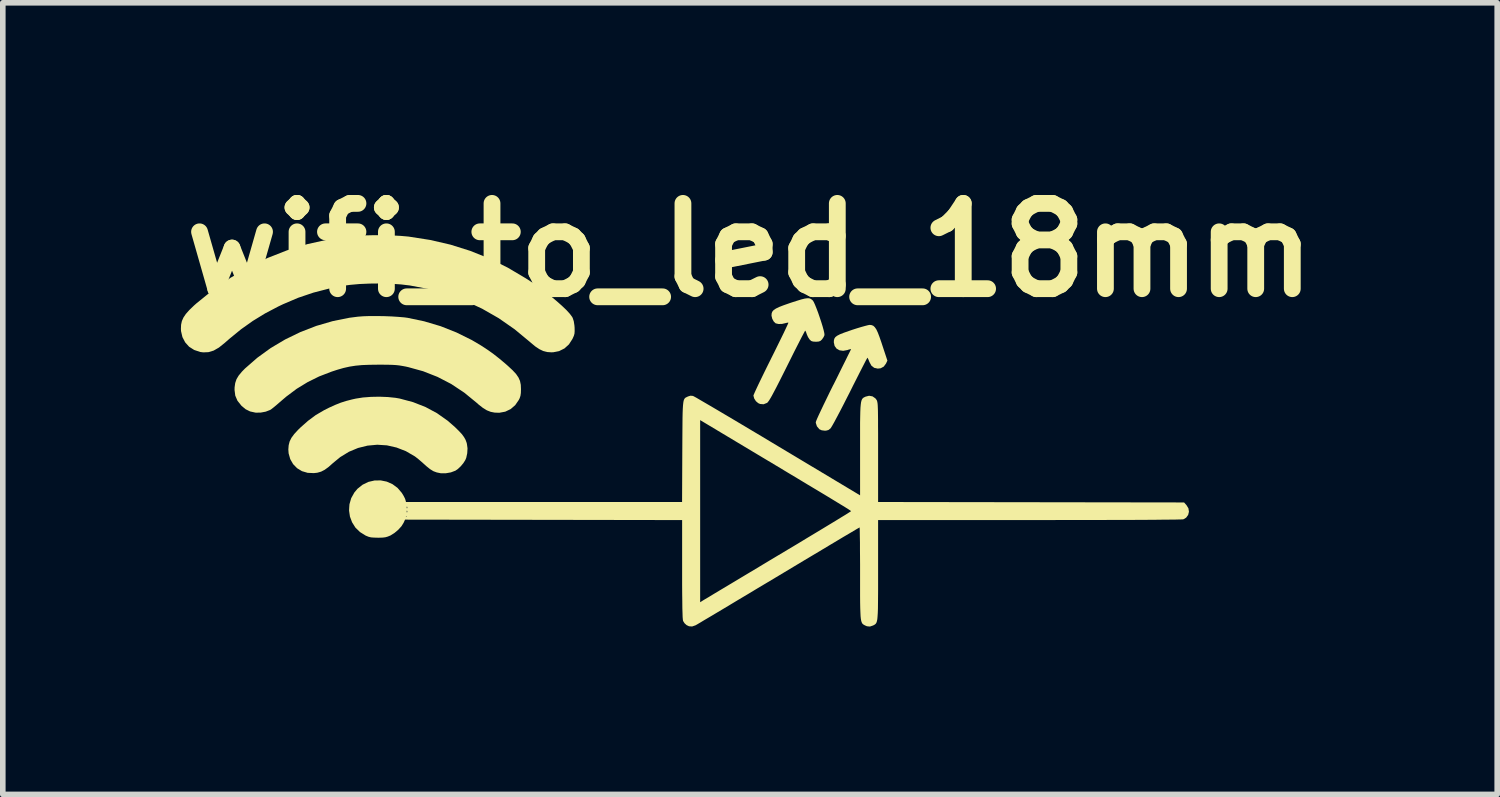
<source format=kicad_pcb>
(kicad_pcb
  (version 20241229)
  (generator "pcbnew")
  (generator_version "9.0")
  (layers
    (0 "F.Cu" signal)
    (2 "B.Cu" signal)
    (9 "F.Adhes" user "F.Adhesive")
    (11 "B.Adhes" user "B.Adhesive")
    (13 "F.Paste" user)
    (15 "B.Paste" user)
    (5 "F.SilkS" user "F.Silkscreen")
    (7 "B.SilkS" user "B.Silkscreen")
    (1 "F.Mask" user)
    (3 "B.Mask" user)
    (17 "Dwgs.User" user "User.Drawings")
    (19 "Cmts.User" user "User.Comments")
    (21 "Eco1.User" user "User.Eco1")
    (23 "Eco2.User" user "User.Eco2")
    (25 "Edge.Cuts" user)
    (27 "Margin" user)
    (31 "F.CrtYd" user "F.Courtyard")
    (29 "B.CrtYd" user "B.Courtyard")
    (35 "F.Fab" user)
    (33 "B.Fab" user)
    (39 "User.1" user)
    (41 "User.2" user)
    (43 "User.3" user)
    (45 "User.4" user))
  (footprint "wifi_to_led_18mm"
    (layer "F.Cu")
    (at 9.18 4.644)
    (property "Reference" "wifi_to_led_18mm" (at 1.168 -3.226 0) (layer "F.SilkS") (effects (font (size 1.524 1.524) (thickness 0.3))))
    (attr through_hole)
    (fp_poly (pts (xy -5.301 -0.601) (xy -5.164 -0.587) (xy -5.09 -0.574) (xy -4.851 -0.51) (xy -4.629 -0.423) (xy -4.424 -0.313) (xy -4.234 -0.179) (xy -4.101 -0.063) (xy -4.03 0.007) (xy -3.977 0.064) (xy -3.94 0.115) (xy -3.913 0.163) (xy -3.894 0.215) (xy -3.889 0.235) (xy -3.878 0.315) (xy -3.883 0.403) (xy -3.901 0.486) (xy -3.918 0.526) (xy -3.953 0.581) (xy -4 0.637) (xy -4.051 0.685) (xy -4.093 0.714) (xy -4.175 0.745) (xy -4.267 0.761) (xy -4.355 0.761) (xy -4.358 0.76) (xy -4.427 0.746) (xy -4.487 0.724) (xy -4.547 0.687) (xy -4.613 0.634) (xy -4.646 0.604) (xy -4.701 0.555) (xy -4.756 0.508) (xy -4.803 0.471) (xy -4.819 0.459) (xy -4.979 0.366) (xy -5.146 0.301) (xy -5.318 0.262) (xy -5.491 0.251) (xy -5.664 0.267) (xy -5.834 0.309) (xy -5.997 0.377) (xy -6.152 0.472) (xy -6.281 0.578) (xy -6.361 0.649) (xy -6.43 0.699) (xy -6.494 0.732) (xy -6.561 0.751) (xy -6.623 0.758) (xy -6.734 0.753) (xy -6.836 0.723) (xy -6.923 0.67) (xy -6.994 0.597) (xy -7.045 0.508) (xy -7.074 0.405) (xy -7.079 0.335) (xy -7.073 0.26) (xy -7.056 0.193) (xy -7.024 0.128) (xy -6.974 0.06) (xy -6.904 -0.016) (xy -6.862 -0.057) (xy -6.725 -0.178) (xy -6.589 -0.279) (xy -6.442 -0.365) (xy -6.351 -0.411) (xy -6.241 -0.461) (xy -6.143 -0.5) (xy -6.046 -0.531) (xy -5.937 -0.559) (xy -5.874 -0.573) (xy -5.747 -0.593) (xy -5.603 -0.604) (xy -5.451 -0.607)) (stroke (width 0) (type solid)) (fill yes) (layer "F.SilkS"))
    (fp_poly (pts (xy 3.341 -1.886) (xy 3.371 -1.874) (xy 3.397 -1.85) (xy 3.424 -1.812) (xy 3.451 -1.755) (xy 3.481 -1.677) (xy 3.516 -1.576) (xy 3.531 -1.53) (xy 3.623 -1.252) (xy 3.598 -1.199) (xy 3.558 -1.145) (xy 3.503 -1.115) (xy 3.451 -1.109) (xy 3.387 -1.123) (xy 3.337 -1.162) (xy 3.302 -1.227) (xy 3.3 -1.232) (xy 3.284 -1.272) (xy 3.271 -1.298) (xy 3.267 -1.304) (xy 3.259 -1.291) (xy 3.239 -1.255) (xy 3.209 -1.197) (xy 3.17 -1.121) (xy 3.123 -1.029) (xy 3.07 -0.924) (xy 3.011 -0.808) (xy 2.954 -0.693) (xy 2.889 -0.566) (xy 2.828 -0.446) (xy 2.771 -0.336) (xy 2.72 -0.24) (xy 2.677 -0.159) (xy 2.642 -0.097) (xy 2.618 -0.057) (xy 2.607 -0.041) (xy 2.57 -0.012) (xy 2.528 -0.001) (xy 2.502 -0.000325) (xy 2.449 -0.007) (xy 2.409 -0.025) (xy 2.408 -0.026) (xy 2.364 -0.078) (xy 2.344 -0.139) (xy 2.344 -0.152) (xy 2.35 -0.172) (xy 2.368 -0.216) (xy 2.397 -0.28) (xy 2.436 -0.363) (xy 2.482 -0.46) (xy 2.536 -0.571) (xy 2.594 -0.691) (xy 2.657 -0.818) (xy 2.659 -0.82) (xy 2.722 -0.946) (xy 2.78 -1.064) (xy 2.833 -1.171) (xy 2.88 -1.265) (xy 2.918 -1.343) (xy 2.948 -1.403) (xy 2.967 -1.441) (xy 2.974 -1.457) (xy 2.974 -1.457) (xy 2.961 -1.456) (xy 2.93 -1.448) (xy 2.907 -1.44) (xy 2.833 -1.427) (xy 2.768 -1.436) (xy 2.715 -1.466) (xy 2.68 -1.514) (xy 2.666 -1.578) (xy 2.666 -1.581) (xy 2.668 -1.617) (xy 2.677 -1.647) (xy 2.695 -1.673) (xy 2.727 -1.697) (xy 2.775 -1.722) (xy 2.843 -1.749) (xy 2.934 -1.781) (xy 2.992 -1.801) (xy 3.079 -1.829) (xy 3.159 -1.853) (xy 3.227 -1.872) (xy 3.278 -1.885) (xy 3.307 -1.89) (xy 3.307 -1.89)) (stroke (width 0) (type solid)) (fill yes) (layer "F.SilkS"))
    (fp_poly (pts (xy -5.365 -2.046) (xy -5.234 -2.041) (xy -5.111 -2.033) (xy -5.005 -2.024) (xy -4.947 -2.016) (xy -4.652 -1.954) (xy -4.359 -1.867) (xy -4.074 -1.754) (xy -3.801 -1.619) (xy -3.637 -1.522) (xy -3.521 -1.446) (xy -3.413 -1.369) (xy -3.306 -1.285) (xy -3.191 -1.188) (xy -3.156 -1.157) (xy -3.072 -1.079) (xy -3.01 -1.012) (xy -2.967 -0.949) (xy -2.94 -0.887) (xy -2.926 -0.818) (xy -2.923 -0.74) (xy -2.925 -0.673) (xy -2.932 -0.624) (xy -2.946 -0.581) (xy -2.962 -0.549) (xy -3.026 -0.456) (xy -3.107 -0.386) (xy -3.203 -0.34) (xy -3.31 -0.32) (xy -3.394 -0.323) (xy -3.465 -0.337) (xy -3.533 -0.364) (xy -3.603 -0.407) (xy -3.682 -0.469) (xy -3.718 -0.501) (xy -3.937 -0.68) (xy -4.169 -0.834) (xy -4.414 -0.961) (xy -4.671 -1.062) (xy -4.939 -1.136) (xy -4.984 -1.146) (xy -5.044 -1.157) (xy -5.099 -1.166) (xy -5.156 -1.172) (xy -5.221 -1.176) (xy -5.298 -1.178) (xy -5.395 -1.179) (xy -5.478 -1.179) (xy -5.632 -1.177) (xy -5.763 -1.172) (xy -5.879 -1.161) (xy -5.987 -1.144) (xy -6.094 -1.12) (xy -6.205 -1.088) (xy -6.303 -1.056) (xy -6.529 -0.969) (xy -6.735 -0.867) (xy -6.93 -0.748) (xy -7.118 -0.607) (xy -7.244 -0.499) (xy -7.297 -0.453) (xy -7.347 -0.412) (xy -7.387 -0.381) (xy -7.405 -0.37) (xy -7.483 -0.34) (xy -7.573 -0.323) (xy -7.659 -0.322) (xy -7.668 -0.323) (xy -7.763 -0.344) (xy -7.842 -0.383) (xy -7.915 -0.444) (xy -7.921 -0.451) (xy -7.988 -0.535) (xy -8.027 -0.626) (xy -8.04 -0.728) (xy -8.039 -0.774) (xy -8.028 -0.851) (xy -8.005 -0.92) (xy -7.966 -0.985) (xy -7.908 -1.055) (xy -7.853 -1.111) (xy -7.633 -1.303) (xy -7.393 -1.477) (xy -7.135 -1.63) (xy -6.863 -1.762) (xy -6.579 -1.872) (xy -6.287 -1.957) (xy -5.99 -2.017) (xy -5.834 -2.037) (xy -5.74 -2.044) (xy -5.626 -2.048) (xy -5.499 -2.048)) (stroke (width 0) (type solid)) (fill yes) (layer "F.SilkS"))
    (fp_poly (pts (xy -5.231 -3.488) (xy -5.073 -3.48) (xy -4.936 -3.468) (xy -4.922 -3.466) (xy -4.544 -3.407) (xy -4.181 -3.323) (xy -3.831 -3.213) (xy -3.491 -3.077) (xy -3.16 -2.913) (xy -2.837 -2.722) (xy -2.761 -2.673) (xy -2.635 -2.587) (xy -2.513 -2.497) (xy -2.396 -2.407) (xy -2.289 -2.318) (xy -2.194 -2.234) (xy -2.113 -2.157) (xy -2.051 -2.089) (xy -2.009 -2.033) (xy -1.999 -2.014) (xy -1.98 -1.956) (xy -1.968 -1.879) (xy -1.965 -1.841) (xy -1.964 -1.779) (xy -1.967 -1.735) (xy -1.978 -1.695) (xy -1.999 -1.648) (xy -2.005 -1.636) (xy -2.066 -1.542) (xy -2.145 -1.47) (xy -2.239 -1.423) (xy -2.346 -1.401) (xy -2.381 -1.4) (xy -2.455 -1.405) (xy -2.525 -1.423) (xy -2.594 -1.456) (xy -2.669 -1.506) (xy -2.755 -1.578) (xy -2.769 -1.59) (xy -3.037 -1.812) (xy -3.32 -2.009) (xy -3.617 -2.179) (xy -3.926 -2.323) (xy -4.248 -2.441) (xy -4.582 -2.533) (xy -4.908 -2.594) (xy -5.067 -2.613) (xy -5.246 -2.625) (xy -5.434 -2.63) (xy -5.625 -2.628) (xy -5.808 -2.62) (xy -5.976 -2.605) (xy -6.05 -2.595) (xy -6.35 -2.539) (xy -6.632 -2.466) (xy -6.904 -2.374) (xy -7.174 -2.259) (xy -7.258 -2.219) (xy -7.494 -2.095) (xy -7.713 -1.961) (xy -7.923 -1.812) (xy -8.131 -1.642) (xy -8.219 -1.565) (xy -8.319 -1.485) (xy -8.413 -1.431) (xy -8.505 -1.403) (xy -8.598 -1.399) (xy -8.653 -1.406) (xy -8.761 -1.442) (xy -8.852 -1.5) (xy -8.922 -1.578) (xy -8.971 -1.672) (xy -8.996 -1.779) (xy -8.998 -1.819) (xy -8.995 -1.892) (xy -8.981 -1.958) (xy -8.953 -2.021) (xy -8.91 -2.085) (xy -8.848 -2.155) (xy -8.765 -2.235) (xy -8.72 -2.275) (xy -8.421 -2.517) (xy -8.109 -2.733) (xy -7.785 -2.923) (xy -7.448 -3.086) (xy -7.099 -3.223) (xy -6.738 -3.333) (xy -6.365 -3.416) (xy -6.035 -3.466) (xy -5.9 -3.479) (xy -5.743 -3.488) (xy -5.574 -3.492) (xy -5.401 -3.492)) (stroke (width 0) (type solid)) (fill yes) (layer "F.SilkS"))
    (fp_poly (pts (xy 2.226 -2.365) (xy 2.254 -2.355) (xy 2.278 -2.337) (xy 2.292 -2.324) (xy 2.308 -2.298) (xy 2.33 -2.25) (xy 2.356 -2.185) (xy 2.385 -2.109) (xy 2.413 -2.027) (xy 2.441 -1.943) (xy 2.465 -1.865) (xy 2.484 -1.796) (xy 2.496 -1.743) (xy 2.499 -1.71) (xy 2.499 -1.707) (xy 2.483 -1.671) (xy 2.457 -1.633) (xy 2.455 -1.63) (xy 2.428 -1.605) (xy 2.399 -1.593) (xy 2.354 -1.589) (xy 2.344 -1.589) (xy 2.295 -1.592) (xy 2.263 -1.602) (xy 2.237 -1.625) (xy 2.233 -1.63) (xy 2.205 -1.672) (xy 2.183 -1.722) (xy 2.181 -1.729) (xy 2.168 -1.765) (xy 2.157 -1.785) (xy 2.154 -1.787) (xy 2.146 -1.774) (xy 2.127 -1.738) (xy 2.096 -1.68) (xy 2.057 -1.604) (xy 2.01 -1.512) (xy 1.956 -1.406) (xy 1.898 -1.289) (xy 1.835 -1.163) (xy 1.831 -1.155) (xy 1.756 -1.005) (xy 1.692 -0.878) (xy 1.639 -0.774) (xy 1.595 -0.691) (xy 1.56 -0.625) (xy 1.531 -0.575) (xy 1.509 -0.539) (xy 1.491 -0.515) (xy 1.478 -0.5) (xy 1.472 -0.496) (xy 1.411 -0.472) (xy 1.349 -0.477) (xy 1.315 -0.492) (xy 1.274 -0.527) (xy 1.243 -0.576) (xy 1.23 -0.626) (xy 1.23 -0.629) (xy 1.237 -0.647) (xy 1.255 -0.689) (xy 1.284 -0.752) (xy 1.322 -0.833) (xy 1.369 -0.93) (xy 1.422 -1.039) (xy 1.481 -1.159) (xy 1.544 -1.285) (xy 1.546 -1.29) (xy 1.609 -1.416) (xy 1.667 -1.534) (xy 1.72 -1.642) (xy 1.766 -1.736) (xy 1.803 -1.814) (xy 1.831 -1.874) (xy 1.849 -1.914) (xy 1.855 -1.929) (xy 1.854 -1.93) (xy 1.837 -1.93) (xy 1.805 -1.922) (xy 1.8 -1.921) (xy 1.739 -1.907) (xy 1.678 -1.906) (xy 1.629 -1.917) (xy 1.625 -1.919) (xy 1.592 -1.951) (xy 1.566 -1.999) (xy 1.553 -2.053) (xy 1.553 -2.064) (xy 1.556 -2.098) (xy 1.568 -2.128) (xy 1.592 -2.156) (xy 1.632 -2.182) (xy 1.689 -2.21) (xy 1.767 -2.24) (xy 1.87 -2.276) (xy 1.902 -2.287) (xy 2.005 -2.32) (xy 2.086 -2.345) (xy 2.147 -2.36) (xy 2.192 -2.366)) (stroke (width 0) (type solid)) (fill yes) (layer "F.SilkS"))
    (fp_poly (pts (xy 0.149 -0.621) (xy 0.153 -0.619) (xy 0.171 -0.61) (xy 0.213 -0.587) (xy 0.276 -0.55) (xy 0.36 -0.501) (xy 0.463 -0.441) (xy 0.582 -0.371) (xy 0.717 -0.291) (xy 0.866 -0.203) (xy 1.027 -0.107) (xy 1.198 -0.005) (xy 1.378 0.102) (xy 1.566 0.215) (xy 1.666 0.275) (xy 3.135 1.155) (xy 3.135 0.335) (xy 3.135 0.15) (xy 3.135 -0.007) (xy 3.135 -0.139) (xy 3.137 -0.249) (xy 3.139 -0.339) (xy 3.142 -0.41) (xy 3.147 -0.466) (xy 3.153 -0.509) (xy 3.161 -0.54) (xy 3.171 -0.563) (xy 3.183 -0.579) (xy 3.198 -0.591) (xy 3.216 -0.6) (xy 3.233 -0.608) (xy 3.296 -0.624) (xy 3.357 -0.613) (xy 3.408 -0.578) (xy 3.428 -0.552) (xy 3.434 -0.542) (xy 3.439 -0.529) (xy 3.443 -0.512) (xy 3.447 -0.489) (xy 3.45 -0.457) (xy 3.452 -0.413) (xy 3.454 -0.357) (xy 3.455 -0.285) (xy 3.456 -0.194) (xy 3.456 -0.084) (xy 3.457 0.049) (xy 3.457 0.207) (xy 3.457 0.384) (xy 3.457 1.274) (xy 8.923 1.282) (xy 8.966 1.33) (xy 9.001 1.387) (xy 9.01 1.448) (xy 8.996 1.505) (xy 8.96 1.554) (xy 8.911 1.583) (xy 8.892 1.585) (xy 8.845 1.586) (xy 8.77 1.588) (xy 8.668 1.589) (xy 8.541 1.59) (xy 8.389 1.592) (xy 8.213 1.593) (xy 8.013 1.594) (xy 7.792 1.594) (xy 7.549 1.595) (xy 7.286 1.596) (xy 7.004 1.596) (xy 6.702 1.596) (xy 6.383 1.597) (xy 6.166 1.597) (xy 3.457 1.597) (xy 3.457 2.484) (xy 3.457 2.674) (xy 3.457 2.836) (xy 3.456 2.974) (xy 3.455 3.09) (xy 3.454 3.184) (xy 3.451 3.261) (xy 3.447 3.321) (xy 3.443 3.367) (xy 3.436 3.402) (xy 3.428 3.427) (xy 3.418 3.445) (xy 3.406 3.457) (xy 3.392 3.467) (xy 3.375 3.476) (xy 3.37 3.479) (xy 3.312 3.499) (xy 3.258 3.494) (xy 3.221 3.478) (xy 3.203 3.468) (xy 3.188 3.458) (xy 3.175 3.445) (xy 3.165 3.426) (xy 3.156 3.4) (xy 3.149 3.363) (xy 3.144 3.315) (xy 3.141 3.252) (xy 3.138 3.173) (xy 3.136 3.074) (xy 3.135 2.954) (xy 3.135 2.811) (xy 3.135 2.641) (xy 3.135 2.542) (xy 3.135 2.391) (xy 3.134 2.248) (xy 3.133 2.118) (xy 3.133 2.002) (xy 3.131 1.903) (xy 3.13 1.824) (xy 3.129 1.767) (xy 3.127 1.735) (xy 3.126 1.728) (xy 3.113 1.736) (xy 3.076 1.757) (xy 3.017 1.792) (xy 2.938 1.839) (xy 2.839 1.897) (xy 2.724 1.966) (xy 2.593 2.044) (xy 2.448 2.131) (xy 2.291 2.225) (xy 2.123 2.325) (xy 1.945 2.432) (xy 1.76 2.543) (xy 1.68 2.591) (xy 1.491 2.704) (xy 1.308 2.813) (xy 1.134 2.918) (xy 0.969 3.016) (xy 0.816 3.108) (xy 0.676 3.192) (xy 0.55 3.267) (xy 0.441 3.332) (xy 0.349 3.386) (xy 0.278 3.429) (xy 0.227 3.459) (xy 0.199 3.475) (xy 0.195 3.477) (xy 0.134 3.498) (xy 0.079 3.494) (xy 0.035 3.473) (xy -0.001 3.44) (xy -0.027 3.399) (xy -0.027 3.398) (xy -0.031 3.375) (xy -0.035 3.33) (xy -0.037 3.262) (xy -0.04 3.17) (xy -0.041 3.065) (xy 0.278 3.065) (xy 0.311 3.044) (xy 0.328 3.033) (xy 0.368 3.009) (xy 0.431 2.972) (xy 0.513 2.922) (xy 0.613 2.862) (xy 0.73 2.792) (xy 0.862 2.713) (xy 1.007 2.626) (xy 1.164 2.532) (xy 1.331 2.432) (xy 1.505 2.327) (xy 1.659 2.235) (xy 1.838 2.128) (xy 2.011 2.025) (xy 2.174 1.926) (xy 2.327 1.834) (xy 2.468 1.749) (xy 2.595 1.672) (xy 2.706 1.605) (xy 2.8 1.547) (xy 2.876 1.501) (xy 2.931 1.466) (xy 2.964 1.445) (xy 2.974 1.438) (xy 2.972 1.436) (xy 2.967 1.432) (xy 2.958 1.424) (xy 2.942 1.414) (xy 2.92 1.399) (xy 2.889 1.38) (xy 2.848 1.354) (xy 2.796 1.323) (xy 2.732 1.284) (xy 2.655 1.237) (xy 2.563 1.181) (xy 2.455 1.116) (xy 2.33 1.041) (xy 2.186 0.955) (xy 2.024 0.857) (xy 1.84 0.747) (xy 1.634 0.623) (xy 1.405 0.486) (xy 1.293 0.419) (xy 0.278 -0.189) (xy 0.278 3.065) (xy -0.041 3.065) (xy -0.041 3.053) (xy -0.043 2.91) (xy -0.044 2.74) (xy -0.044 2.542) (xy -0.044 2.473) (xy -0.044 1.597) (xy -2.519 1.593) (xy -4.994 1.589) (xy -5.019 1.644) (xy -5.057 1.706) (xy -5.115 1.77) (xy -5.184 1.828) (xy -5.254 1.872) (xy -5.259 1.874) (xy -5.303 1.892) (xy -5.345 1.904) (xy -5.393 1.91) (xy -5.459 1.912) (xy -5.478 1.912) (xy -5.55 1.91) (xy -5.602 1.906) (xy -5.644 1.896) (xy -5.686 1.879) (xy -5.698 1.874) (xy -5.799 1.811) (xy -5.881 1.731) (xy -5.94 1.637) (xy -5.979 1.533) (xy -5.979 1.531) (xy -4.98 1.531) (xy -4.973 1.538) (xy -4.966 1.531) (xy -4.973 1.523) (xy -4.98 1.531) (xy -5.979 1.531) (xy -5.992 1.442) (xy -4.965 1.442) (xy -4.962 1.461) (xy -4.957 1.461) (xy -4.953 1.441) (xy -4.956 1.433) (xy -4.962 1.427) (xy -4.965 1.442) (xy -5.992 1.442) (xy -5.994 1.424) (xy -5.991 1.368) (xy -4.965 1.368) (xy -4.962 1.387) (xy -4.957 1.388) (xy -4.953 1.368) (xy -4.956 1.36) (xy -4.962 1.354) (xy -4.965 1.368) (xy -5.991 1.368) (xy -5.987 1.314) (xy -5.956 1.206) (xy -5.9 1.105) (xy -5.845 1.039) (xy -5.752 0.965) (xy -5.649 0.915) (xy -5.54 0.89) (xy -5.429 0.888) (xy -5.321 0.91) (xy -5.219 0.955) (xy -5.128 1.022) (xy -5.052 1.111) (xy -5.047 1.119) (xy -5.018 1.167) (xy -4.996 1.211) (xy -4.987 1.236) (xy -4.977 1.274) (xy -0.045 1.274) (xy -0.041 0.377) (xy -0.04 0.188) (xy -0.039 0.026) (xy -0.038 -0.111) (xy -0.037 -0.226) (xy -0.035 -0.32) (xy -0.032 -0.396) (xy -0.028 -0.455) (xy -0.023 -0.501) (xy -0.017 -0.535) (xy -0.008 -0.559) (xy 0.002 -0.576) (xy 0.014 -0.588) (xy 0.029 -0.596) (xy 0.046 -0.604) (xy 0.057 -0.61) (xy 0.104 -0.625)) (stroke (width 0) (type solid)) (fill yes) (layer "F.SilkS")))
  (gr_rect
    (start -3 -3)
    (end 23.697 11.142)
    (stroke (width 0.1) (type default))
    (fill no)
    (layer "Edge.Cuts")))
</source>
